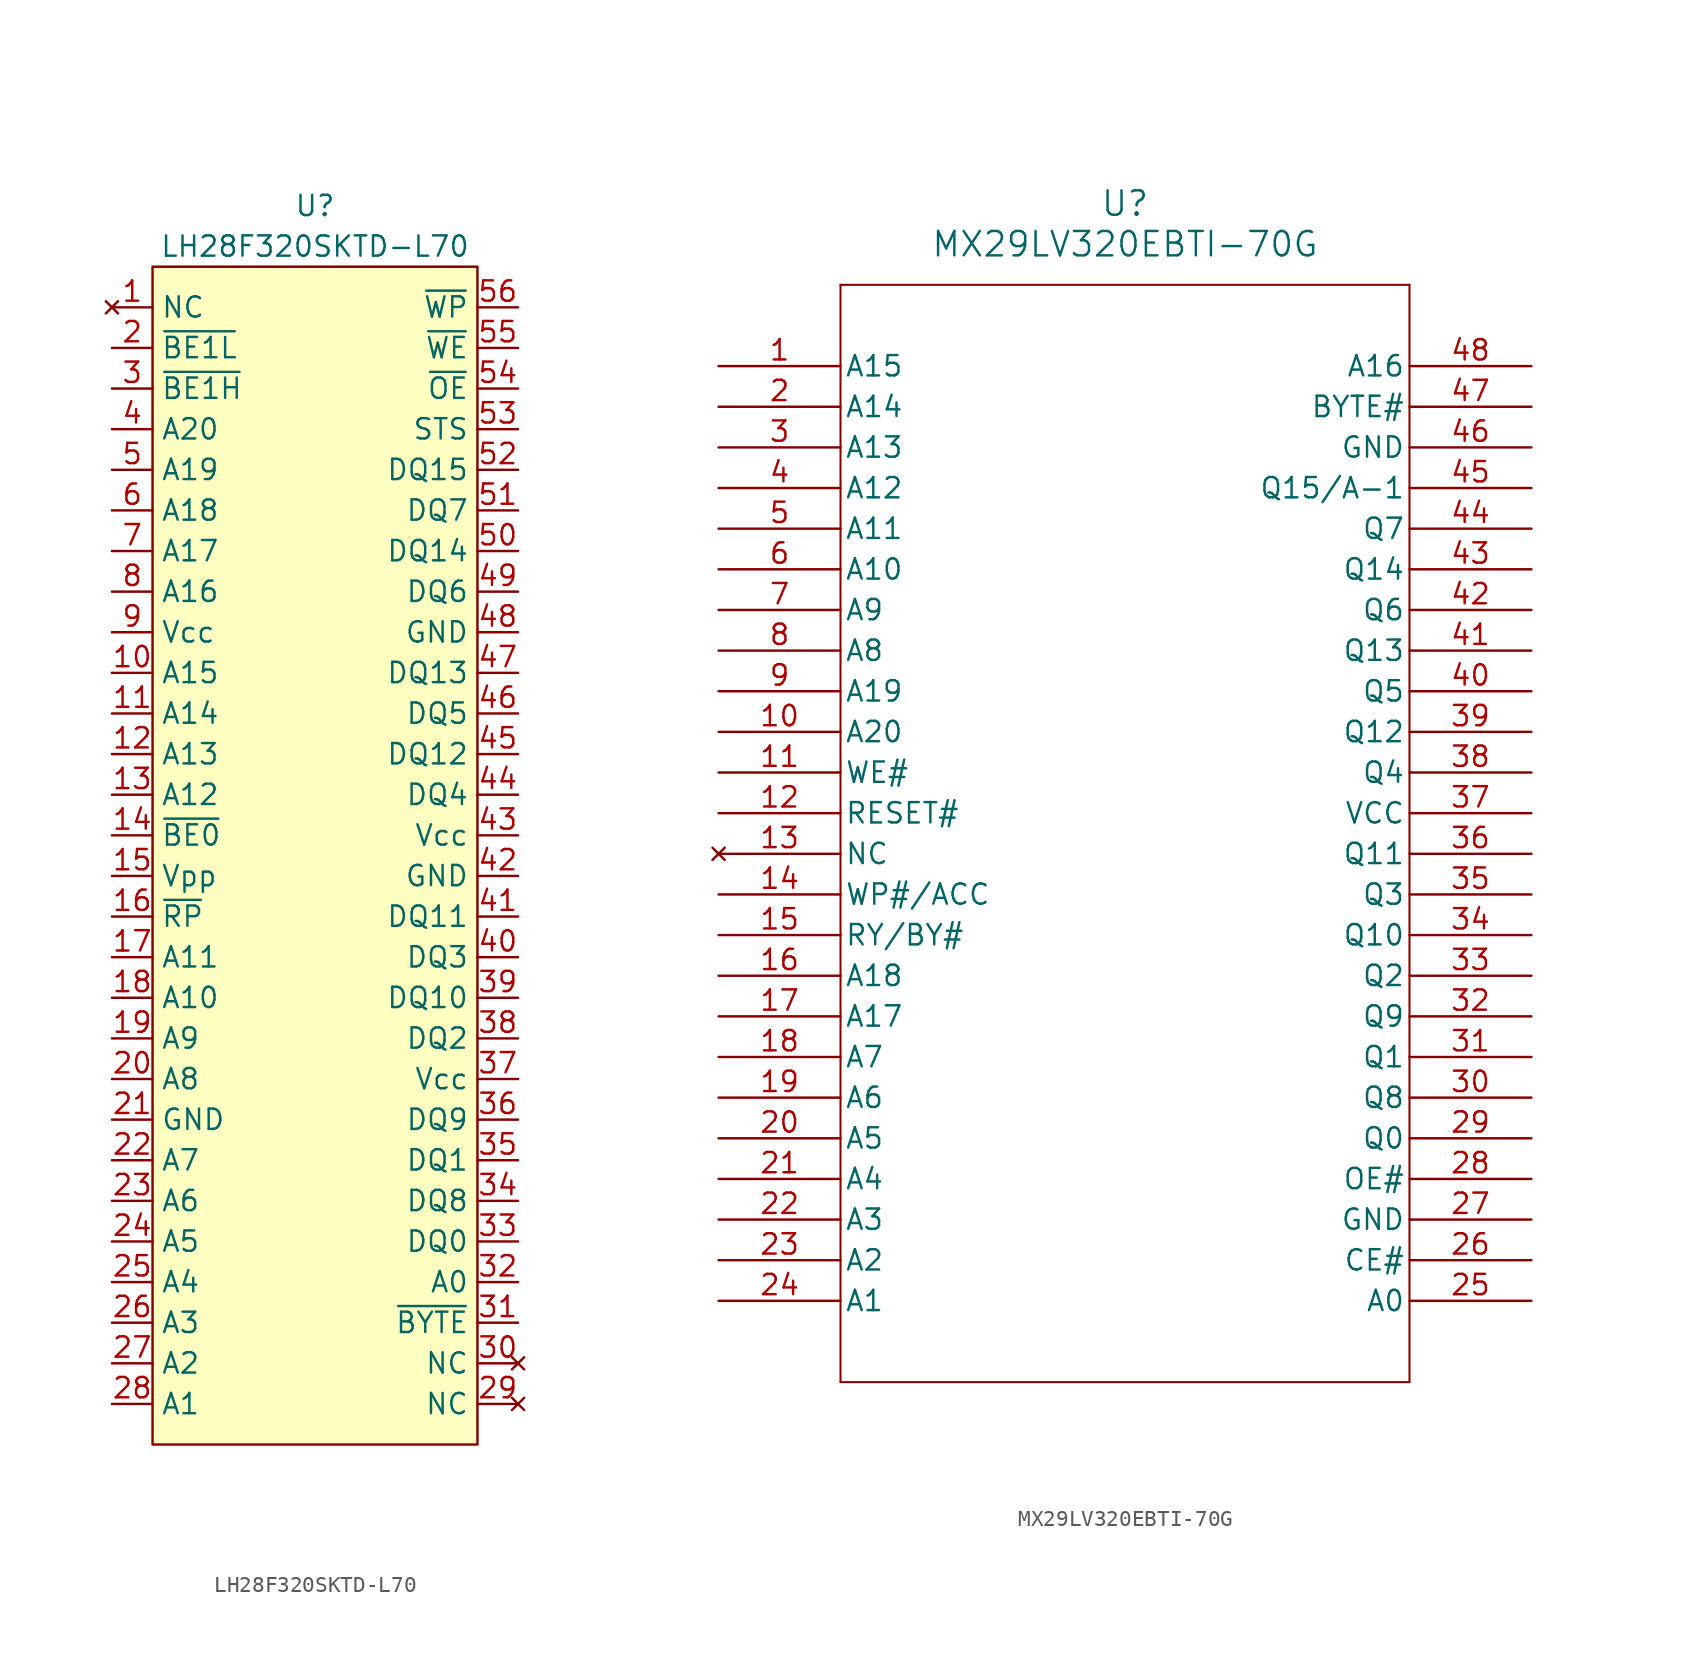
<source format=kicad_sym>
(kicad_symbol_lib
  (version 20220914)
  (generator kicad_symbol_editor)
  (symbol "LH28F320SKTD-L70"
    (property "Reference" "U"
      (at 0 3.81 0)
      (effects (font (size 1.27 1.27))))
    (property "Value" "LH28F320SKTD-L70"
      (at 0 1.27 0)
      (effects (font (size 1.27 1.27))))
    (symbol "LH28F320SKTD-L70_0_0"
      (pin no_connect line (at -12.7 -2.54 0) (length 2.54) (name "NC" (effects (font (size 1.27 1.27)))) (number "1" (effects (font (size 1.27 1.27)))))
      (pin input line (at -12.7 -25.4 0) (length 2.54) (name "A15" (effects (font (size 1.27 1.27)))) (number "10" (effects (font (size 1.27 1.27)))))
      (pin input line (at -12.7 -27.94 0) (length 2.54) (name "A14" (effects (font (size 1.27 1.27)))) (number "11" (effects (font (size 1.27 1.27)))))
      (pin input line (at -12.7 -30.48 0) (length 2.54) (name "A13" (effects (font (size 1.27 1.27)))) (number "12" (effects (font (size 1.27 1.27)))))
      (pin input line (at -12.7 -33.02 0) (length 2.54) (name "A12" (effects (font (size 1.27 1.27)))) (number "13" (effects (font (size 1.27 1.27)))))
      (pin input line (at -12.7 -35.56 0) (length 2.54) (name "~{BE0}" (effects (font (size 1.27 1.27)))) (number "14" (effects (font (size 1.27 1.27)))))
      (pin power_in line (at -12.7 -38.1 0) (length 2.54) (name "Vpp" (effects (font (size 1.27 1.27)))) (number "15" (effects (font (size 1.27 1.27)))))
      (pin input line (at -12.7 -40.64 0) (length 2.54) (name "~{RP}" (effects (font (size 1.27 1.27)))) (number "16" (effects (font (size 1.27 1.27)))))
      (pin input line (at -12.7 -43.18 0) (length 2.54) (name "A11" (effects (font (size 1.27 1.27)))) (number "17" (effects (font (size 1.27 1.27)))))
      (pin input line (at -12.7 -45.72 0) (length 2.54) (name "A10" (effects (font (size 1.27 1.27)))) (number "18" (effects (font (size 1.27 1.27)))))
      (pin input line (at -12.7 -48.26 0) (length 2.54) (name "A9" (effects (font (size 1.27 1.27)))) (number "19" (effects (font (size 1.27 1.27)))))
      (pin input line (at -12.7 -5.08 0) (length 2.54) (name "~{BE1L}" (effects (font (size 1.27 1.27)))) (number "2" (effects (font (size 1.27 1.27)))))
      (pin input line (at -12.7 -50.8 0) (length 2.54) (name "A8" (effects (font (size 1.27 1.27)))) (number "20" (effects (font (size 1.27 1.27)))))
      (pin power_in line (at -12.7 -53.34 0) (length 2.54) (name "GND" (effects (font (size 1.27 1.27)))) (number "21" (effects (font (size 1.27 1.27)))))
      (pin input line (at -12.7 -55.88 0) (length 2.54) (name "A7" (effects (font (size 1.27 1.27)))) (number "22" (effects (font (size 1.27 1.27)))))
      (pin input line (at -12.7 -58.42 0) (length 2.54) (name "A6" (effects (font (size 1.27 1.27)))) (number "23" (effects (font (size 1.27 1.27)))))
      (pin input line (at -12.7 -60.96 0) (length 2.54) (name "A5" (effects (font (size 1.27 1.27)))) (number "24" (effects (font (size 1.27 1.27)))))
      (pin input line (at -12.7 -63.5 0) (length 2.54) (name "A4" (effects (font (size 1.27 1.27)))) (number "25" (effects (font (size 1.27 1.27)))))
      (pin input line (at -12.7 -66.04 0) (length 2.54) (name "A3" (effects (font (size 1.27 1.27)))) (number "26" (effects (font (size 1.27 1.27)))))
      (pin input line (at -12.7 -68.58 0) (length 2.54) (name "A2" (effects (font (size 1.27 1.27)))) (number "27" (effects (font (size 1.27 1.27)))))
      (pin input line (at -12.7 -71.12 0) (length 2.54) (name "A1" (effects (font (size 1.27 1.27)))) (number "28" (effects (font (size 1.27 1.27)))))
      (pin no_connect line (at 12.7 -71.12 180) (length 2.54) (name "NC" (effects (font (size 1.27 1.27)))) (number "29" (effects (font (size 1.27 1.27)))))
      (pin input line (at -12.7 -7.62 0) (length 2.54) (name "~{BE1H}" (effects (font (size 1.27 1.27)))) (number "3" (effects (font (size 1.27 1.27)))))
      (pin no_connect line (at 12.7 -68.58 180) (length 2.54) (name "NC" (effects (font (size 1.27 1.27)))) (number "30" (effects (font (size 1.27 1.27)))))
      (pin input line (at 12.7 -66.04 180) (length 2.54) (name "~{BYTE}" (effects (font (size 1.27 1.27)))) (number "31" (effects (font (size 1.27 1.27)))))
      (pin input line (at 12.7 -63.5 180) (length 2.54) (name "A0" (effects (font (size 1.27 1.27)))) (number "32" (effects (font (size 1.27 1.27)))))
      (pin bidirectional line (at 12.7 -60.96 180) (length 2.54) (name "DQ0" (effects (font (size 1.27 1.27)))) (number "33" (effects (font (size 1.27 1.27)))))
      (pin bidirectional line (at 12.7 -58.42 180) (length 2.54) (name "DQ8" (effects (font (size 1.27 1.27)))) (number "34" (effects (font (size 1.27 1.27)))))
      (pin bidirectional line (at 12.7 -55.88 180) (length 2.54) (name "DQ1" (effects (font (size 1.27 1.27)))) (number "35" (effects (font (size 1.27 1.27)))))
      (pin bidirectional line (at 12.7 -53.34 180) (length 2.54) (name "DQ9" (effects (font (size 1.27 1.27)))) (number "36" (effects (font (size 1.27 1.27)))))
      (pin power_in line (at 12.7 -50.8 180) (length 2.54) (name "Vcc" (effects (font (size 1.27 1.27)))) (number "37" (effects (font (size 1.27 1.27)))))
      (pin bidirectional line (at 12.7 -48.26 180) (length 2.54) (name "DQ2" (effects (font (size 1.27 1.27)))) (number "38" (effects (font (size 1.27 1.27)))))
      (pin bidirectional line (at 12.7 -45.72 180) (length 2.54) (name "DQ10" (effects (font (size 1.27 1.27)))) (number "39" (effects (font (size 1.27 1.27)))))
      (pin input line (at -12.7 -10.16 0) (length 2.54) (name "A20" (effects (font (size 1.27 1.27)))) (number "4" (effects (font (size 1.27 1.27)))))
      (pin bidirectional line (at 12.7 -43.18 180) (length 2.54) (name "DQ3" (effects (font (size 1.27 1.27)))) (number "40" (effects (font (size 1.27 1.27)))))
      (pin bidirectional line (at 12.7 -40.64 180) (length 2.54) (name "DQ11" (effects (font (size 1.27 1.27)))) (number "41" (effects (font (size 1.27 1.27)))))
      (pin power_in line (at 12.7 -38.1 180) (length 2.54) (name "GND" (effects (font (size 1.27 1.27)))) (number "42" (effects (font (size 1.27 1.27)))))
      (pin power_in line (at 12.7 -35.56 180) (length 2.54) (name "Vcc" (effects (font (size 1.27 1.27)))) (number "43" (effects (font (size 1.27 1.27)))))
      (pin bidirectional line (at 12.7 -33.02 180) (length 2.54) (name "DQ4" (effects (font (size 1.27 1.27)))) (number "44" (effects (font (size 1.27 1.27)))))
      (pin bidirectional line (at 12.7 -30.48 180) (length 2.54) (name "DQ12" (effects (font (size 1.27 1.27)))) (number "45" (effects (font (size 1.27 1.27)))))
      (pin bidirectional line (at 12.7 -27.94 180) (length 2.54) (name "DQ5" (effects (font (size 1.27 1.27)))) (number "46" (effects (font (size 1.27 1.27)))))
      (pin bidirectional line (at 12.7 -25.4 180) (length 2.54) (name "DQ13" (effects (font (size 1.27 1.27)))) (number "47" (effects (font (size 1.27 1.27)))))
      (pin power_in line (at 12.7 -22.86 180) (length 2.54) (name "GND" (effects (font (size 1.27 1.27)))) (number "48" (effects (font (size 1.27 1.27)))))
      (pin bidirectional line (at 12.7 -20.32 180) (length 2.54) (name "DQ6" (effects (font (size 1.27 1.27)))) (number "49" (effects (font (size 1.27 1.27)))))
      (pin input line (at -12.7 -12.7 0) (length 2.54) (name "A19" (effects (font (size 1.27 1.27)))) (number "5" (effects (font (size 1.27 1.27)))))
      (pin bidirectional line (at 12.7 -17.78 180) (length 2.54) (name "DQ14" (effects (font (size 1.27 1.27)))) (number "50" (effects (font (size 1.27 1.27)))))
      (pin bidirectional line (at 12.7 -15.24 180) (length 2.54) (name "DQ7" (effects (font (size 1.27 1.27)))) (number "51" (effects (font (size 1.27 1.27)))))
      (pin bidirectional line (at 12.7 -12.7 180) (length 2.54) (name "DQ15" (effects (font (size 1.27 1.27)))) (number "52" (effects (font (size 1.27 1.27)))))
      (pin open_collector line (at 12.7 -10.16 180) (length 2.54) (name "STS" (effects (font (size 1.27 1.27)))) (number "53" (effects (font (size 1.27 1.27)))))
      (pin input line (at 12.7 -7.62 180) (length 2.54) (name "~{OE}" (effects (font (size 1.27 1.27)))) (number "54" (effects (font (size 1.27 1.27)))))
      (pin input line (at 12.7 -5.08 180) (length 2.54) (name "~{WE}" (effects (font (size 1.27 1.27)))) (number "55" (effects (font (size 1.27 1.27)))))
      (pin input line (at 12.7 -2.54 180) (length 2.54) (name "~{WP}" (effects (font (size 1.27 1.27)))) (number "56" (effects (font (size 1.27 1.27)))))
      (pin input line (at -12.7 -15.24 0) (length 2.54) (name "A18" (effects (font (size 1.27 1.27)))) (number "6" (effects (font (size 1.27 1.27)))))
      (pin input line (at -12.7 -17.78 0) (length 2.54) (name "A17" (effects (font (size 1.27 1.27)))) (number "7" (effects (font (size 1.27 1.27)))))
      (pin input line (at -12.7 -20.32 0) (length 2.54) (name "A16" (effects (font (size 1.27 1.27)))) (number "8" (effects (font (size 1.27 1.27)))))
      (pin power_in line (at -12.7 -22.86 0) (length 2.54) (name "Vcc" (effects (font (size 1.27 1.27)))) (number "9" (effects (font (size 1.27 1.27))))))
    (symbol "LH28F320SKTD-L70_1_1"
      (rectangle (start -10.16 0) (end 10.16 -73.66) (stroke (width 0) (type default)) (fill (type background)))))
  (symbol "MX29LV320EBTI-70G"
    (pin_names
      (offset 0.254))
    (property "Reference" "U"
      (at 25.4 10.16 0)
      (effects (font (size 1.524 1.524))))
    (property "Value" "MX29LV320EBTI-70G"
      (at 25.4 7.62 0)
      (effects (font (size 1.524 1.524))))
    (property "ki_locked" ""
      (at 0 0 0)
      (effects (font (size 1.27 1.27))))
    (symbol "MX29LV320EBTI-70G_0_1"
      (polyline (pts (xy 7.62 -63.5) (xy 43.18 -63.5)) (stroke (width 0.127) (type default)) (fill (type none)))
      (polyline (pts (xy 7.62 5.08) (xy 7.62 -63.5)) (stroke (width 0.127) (type default)) (fill (type none)))
      (polyline (pts (xy 43.18 -63.5) (xy 43.18 5.08)) (stroke (width 0.127) (type default)) (fill (type none)))
      (polyline (pts (xy 43.18 5.08) (xy 7.62 5.08)) (stroke (width 0.127) (type default)) (fill (type none)))
      (pin input line (at 0 0 0) (length 7.62) (name "A15" (effects (font (size 1.27 1.27)))) (number "1" (effects (font (size 1.27 1.27)))))
      (pin input line (at 0 -22.86 0) (length 7.62) (name "A20" (effects (font (size 1.27 1.27)))) (number "10" (effects (font (size 1.27 1.27)))))
      (pin input line (at 0 -25.4 0) (length 7.62) (name "WE#" (effects (font (size 1.27 1.27)))) (number "11" (effects (font (size 1.27 1.27)))))
      (pin input line (at 0 -27.94 0) (length 7.62) (name "RESET#" (effects (font (size 1.27 1.27)))) (number "12" (effects (font (size 1.27 1.27)))))
      (pin no_connect line (at 0 -30.48 0) (length 7.62) (name "NC" (effects (font (size 1.27 1.27)))) (number "13" (effects (font (size 1.27 1.27)))))
      (pin input line (at 0 -33.02 0) (length 7.62) (name "WP#/ACC" (effects (font (size 1.27 1.27)))) (number "14" (effects (font (size 1.27 1.27)))))
      (pin output line (at 0 -35.56 0) (length 7.62) (name "RY/BY#" (effects (font (size 1.27 1.27)))) (number "15" (effects (font (size 1.27 1.27)))))
      (pin input line (at 0 -38.1 0) (length 7.62) (name "A18" (effects (font (size 1.27 1.27)))) (number "16" (effects (font (size 1.27 1.27)))))
      (pin input line (at 0 -40.64 0) (length 7.62) (name "A17" (effects (font (size 1.27 1.27)))) (number "17" (effects (font (size 1.27 1.27)))))
      (pin input line (at 0 -43.18 0) (length 7.62) (name "A7" (effects (font (size 1.27 1.27)))) (number "18" (effects (font (size 1.27 1.27)))))
      (pin input line (at 0 -45.72 0) (length 7.62) (name "A6" (effects (font (size 1.27 1.27)))) (number "19" (effects (font (size 1.27 1.27)))))
      (pin input line (at 0 -2.54 0) (length 7.62) (name "A14" (effects (font (size 1.27 1.27)))) (number "2" (effects (font (size 1.27 1.27)))))
      (pin input line (at 0 -48.26 0) (length 7.62) (name "A5" (effects (font (size 1.27 1.27)))) (number "20" (effects (font (size 1.27 1.27)))))
      (pin input line (at 0 -50.8 0) (length 7.62) (name "A4" (effects (font (size 1.27 1.27)))) (number "21" (effects (font (size 1.27 1.27)))))
      (pin input line (at 0 -53.34 0) (length 7.62) (name "A3" (effects (font (size 1.27 1.27)))) (number "22" (effects (font (size 1.27 1.27)))))
      (pin input line (at 0 -55.88 0) (length 7.62) (name "A2" (effects (font (size 1.27 1.27)))) (number "23" (effects (font (size 1.27 1.27)))))
      (pin input line (at 0 -58.42 0) (length 7.62) (name "A1" (effects (font (size 1.27 1.27)))) (number "24" (effects (font (size 1.27 1.27)))))
      (pin input line (at 50.8 -58.42 180) (length 7.62) (name "A0" (effects (font (size 1.27 1.27)))) (number "25" (effects (font (size 1.27 1.27)))))
      (pin input line (at 50.8 -55.88 180) (length 7.62) (name "CE#" (effects (font (size 1.27 1.27)))) (number "26" (effects (font (size 1.27 1.27)))))
      (pin power_out line (at 50.8 -53.34 180) (length 7.62) (name "GND" (effects (font (size 1.27 1.27)))) (number "27" (effects (font (size 1.27 1.27)))))
      (pin input line (at 50.8 -50.8 180) (length 7.62) (name "OE#" (effects (font (size 1.27 1.27)))) (number "28" (effects (font (size 1.27 1.27)))))
      (pin bidirectional line (at 50.8 -48.26 180) (length 7.62) (name "Q0" (effects (font (size 1.27 1.27)))) (number "29" (effects (font (size 1.27 1.27)))))
      (pin input line (at 0 -5.08 0) (length 7.62) (name "A13" (effects (font (size 1.27 1.27)))) (number "3" (effects (font (size 1.27 1.27)))))
      (pin bidirectional line (at 50.8 -45.72 180) (length 7.62) (name "Q8" (effects (font (size 1.27 1.27)))) (number "30" (effects (font (size 1.27 1.27)))))
      (pin bidirectional line (at 50.8 -43.18 180) (length 7.62) (name "Q1" (effects (font (size 1.27 1.27)))) (number "31" (effects (font (size 1.27 1.27)))))
      (pin bidirectional line (at 50.8 -40.64 180) (length 7.62) (name "Q9" (effects (font (size 1.27 1.27)))) (number "32" (effects (font (size 1.27 1.27)))))
      (pin bidirectional line (at 50.8 -38.1 180) (length 7.62) (name "Q2" (effects (font (size 1.27 1.27)))) (number "33" (effects (font (size 1.27 1.27)))))
      (pin bidirectional line (at 50.8 -35.56 180) (length 7.62) (name "Q10" (effects (font (size 1.27 1.27)))) (number "34" (effects (font (size 1.27 1.27)))))
      (pin bidirectional line (at 50.8 -33.02 180) (length 7.62) (name "Q3" (effects (font (size 1.27 1.27)))) (number "35" (effects (font (size 1.27 1.27)))))
      (pin bidirectional line (at 50.8 -30.48 180) (length 7.62) (name "Q11" (effects (font (size 1.27 1.27)))) (number "36" (effects (font (size 1.27 1.27)))))
      (pin power_in line (at 50.8 -27.94 180) (length 7.62) (name "VCC" (effects (font (size 1.27 1.27)))) (number "37" (effects (font (size 1.27 1.27)))))
      (pin bidirectional line (at 50.8 -25.4 180) (length 7.62) (name "Q4" (effects (font (size 1.27 1.27)))) (number "38" (effects (font (size 1.27 1.27)))))
      (pin bidirectional line (at 50.8 -22.86 180) (length 7.62) (name "Q12" (effects (font (size 1.27 1.27)))) (number "39" (effects (font (size 1.27 1.27)))))
      (pin input line (at 0 -7.62 0) (length 7.62) (name "A12" (effects (font (size 1.27 1.27)))) (number "4" (effects (font (size 1.27 1.27)))))
      (pin bidirectional line (at 50.8 -20.32 180) (length 7.62) (name "Q5" (effects (font (size 1.27 1.27)))) (number "40" (effects (font (size 1.27 1.27)))))
      (pin bidirectional line (at 50.8 -17.78 180) (length 7.62) (name "Q13" (effects (font (size 1.27 1.27)))) (number "41" (effects (font (size 1.27 1.27)))))
      (pin bidirectional line (at 50.8 -15.24 180) (length 7.62) (name "Q6" (effects (font (size 1.27 1.27)))) (number "42" (effects (font (size 1.27 1.27)))))
      (pin bidirectional line (at 50.8 -12.7 180) (length 7.62) (name "Q14" (effects (font (size 1.27 1.27)))) (number "43" (effects (font (size 1.27 1.27)))))
      (pin bidirectional line (at 50.8 -10.16 180) (length 7.62) (name "Q7" (effects (font (size 1.27 1.27)))) (number "44" (effects (font (size 1.27 1.27)))))
      (pin bidirectional line (at 50.8 -7.62 180) (length 7.62) (name "Q15/A-1" (effects (font (size 1.27 1.27)))) (number "45" (effects (font (size 1.27 1.27)))))
      (pin power_out line (at 50.8 -5.08 180) (length 7.62) (name "GND" (effects (font (size 1.27 1.27)))) (number "46" (effects (font (size 1.27 1.27)))))
      (pin input line (at 50.8 -2.54 180) (length 7.62) (name "BYTE#" (effects (font (size 1.27 1.27)))) (number "47" (effects (font (size 1.27 1.27)))))
      (pin input line (at 50.8 0 180) (length 7.62) (name "A16" (effects (font (size 1.27 1.27)))) (number "48" (effects (font (size 1.27 1.27)))))
      (pin input line (at 0 -10.16 0) (length 7.62) (name "A11" (effects (font (size 1.27 1.27)))) (number "5" (effects (font (size 1.27 1.27)))))
      (pin input line (at 0 -12.7 0) (length 7.62) (name "A10" (effects (font (size 1.27 1.27)))) (number "6" (effects (font (size 1.27 1.27)))))
      (pin input line (at 0 -15.24 0) (length 7.62) (name "A9" (effects (font (size 1.27 1.27)))) (number "7" (effects (font (size 1.27 1.27)))))
      (pin input line (at 0 -17.78 0) (length 7.62) (name "A8" (effects (font (size 1.27 1.27)))) (number "8" (effects (font (size 1.27 1.27)))))
      (pin input line (at 0 -20.32 0) (length 7.62) (name "A19" (effects (font (size 1.27 1.27)))) (number "9" (effects (font (size 1.27 1.27))))))))
</source>
